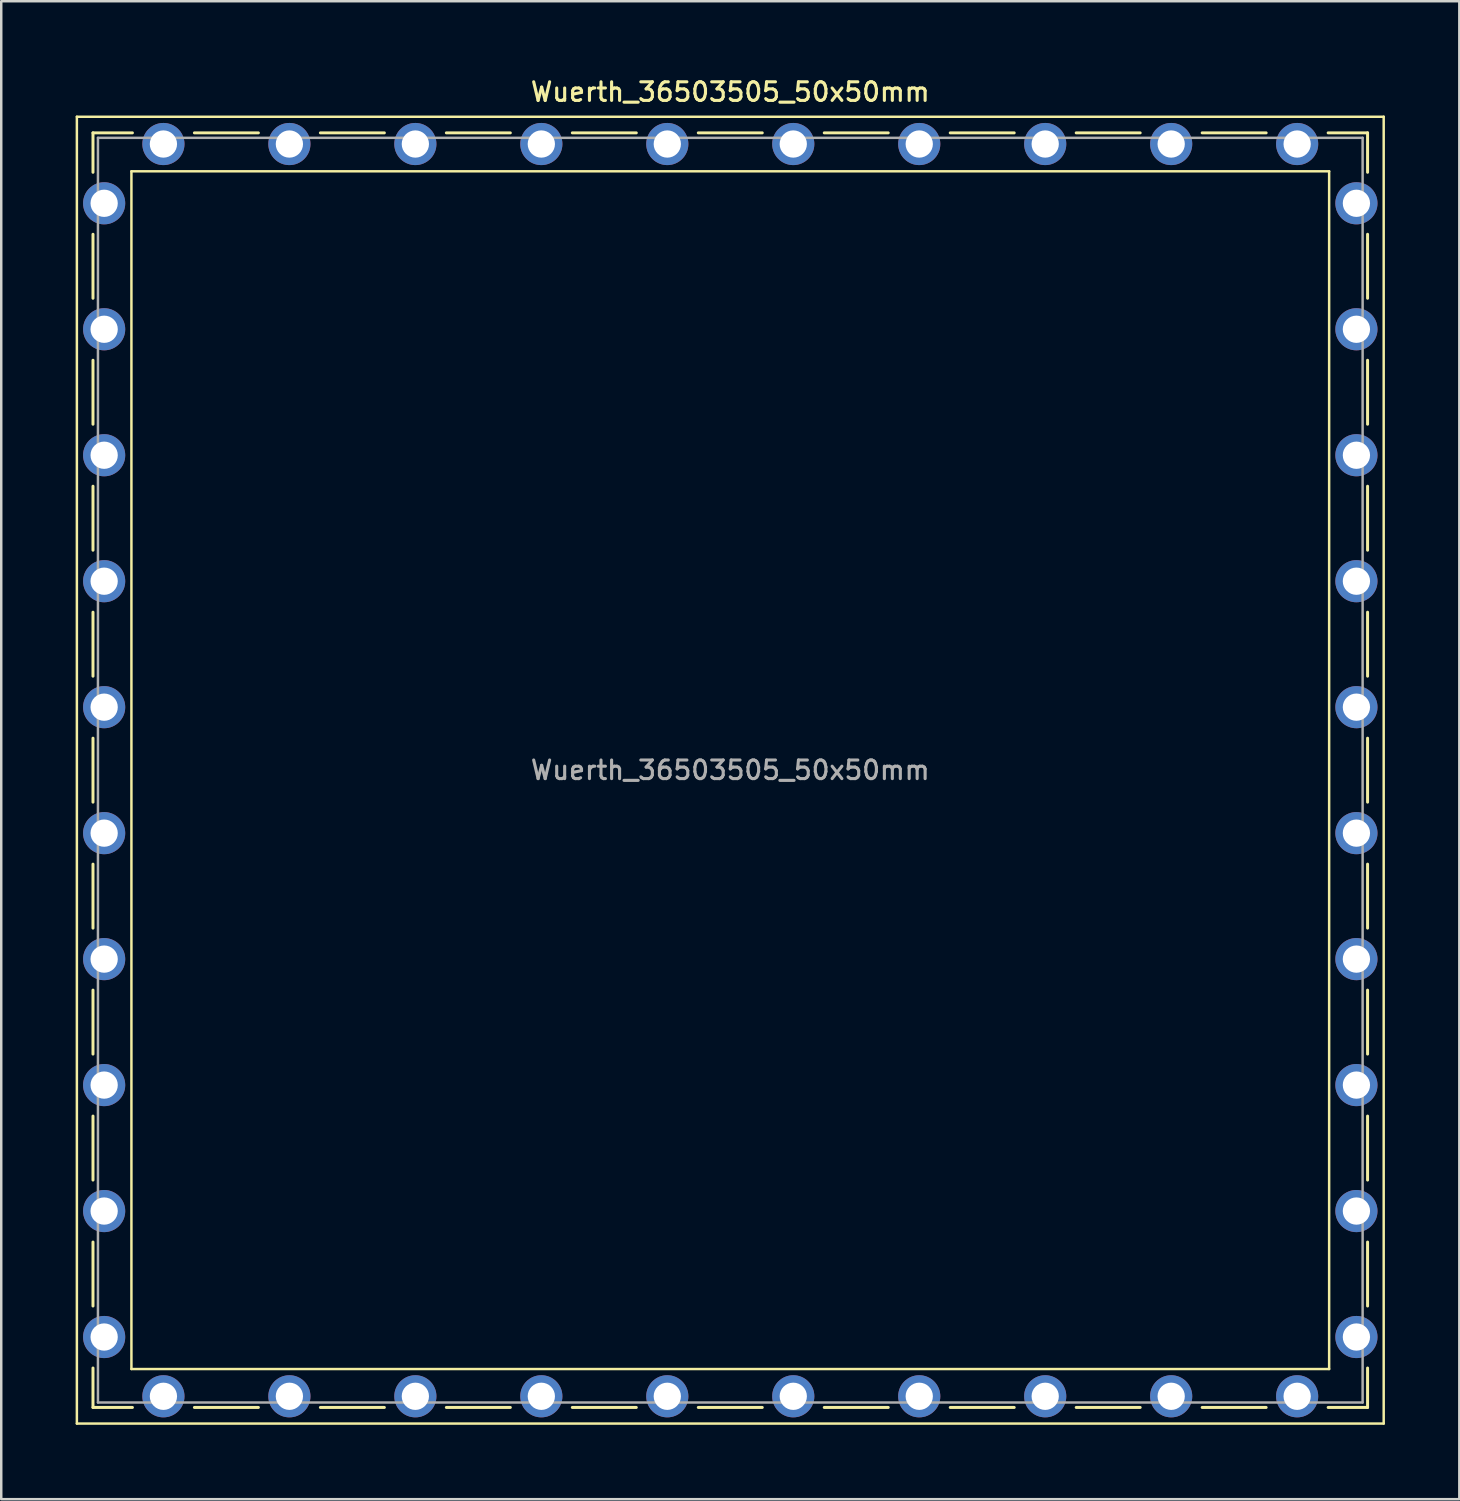
<source format=kicad_pcb>
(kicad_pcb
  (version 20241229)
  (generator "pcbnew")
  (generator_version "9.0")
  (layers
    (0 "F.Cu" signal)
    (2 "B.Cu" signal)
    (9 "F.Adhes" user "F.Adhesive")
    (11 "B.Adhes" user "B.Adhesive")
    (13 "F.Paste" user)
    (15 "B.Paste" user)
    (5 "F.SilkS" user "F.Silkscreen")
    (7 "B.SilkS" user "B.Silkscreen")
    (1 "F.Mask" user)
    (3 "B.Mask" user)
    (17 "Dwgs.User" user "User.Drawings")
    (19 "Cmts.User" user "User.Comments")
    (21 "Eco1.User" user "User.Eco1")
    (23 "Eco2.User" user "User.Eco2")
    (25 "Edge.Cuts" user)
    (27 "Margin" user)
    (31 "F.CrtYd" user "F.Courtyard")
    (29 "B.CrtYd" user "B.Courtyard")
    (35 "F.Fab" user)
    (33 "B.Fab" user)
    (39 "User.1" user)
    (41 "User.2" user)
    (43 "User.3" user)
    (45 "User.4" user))
  (footprint "Wuerth_36503505_50x50mm"
    (layer "F.Cu")
    (at 26.4 28.008)
    (property "Reference" "Wuerth_36503505_50x50mm" (at 0 -27.35 0) (layer "F.SilkS") (effects (font (size 0.75 0.75) (thickness 0.125))))
    (attr through_hole)
    (fp_line (start -26.35 -26.35) (end -26.35 26.35) (stroke (width 0.1) (type solid)) (layer "F.SilkS"))
    (fp_line (start -26.35 26.35) (end 26.35 26.35) (stroke (width 0.1) (type solid)) (layer "F.SilkS"))
    (fp_line (start -25.7 -25.7) (end -24.11 -25.7) (stroke (width 0.12) (type solid)) (layer "F.SilkS"))
    (fp_line (start -25.7 -24.11) (end -25.7 -25.7) (stroke (width 0.12) (type solid)) (layer "F.SilkS"))
    (fp_line (start -25.7 -19.03) (end -25.7 -21.61) (stroke (width 0.12) (type solid)) (layer "F.SilkS"))
    (fp_line (start -25.7 -13.95) (end -25.7 -16.53) (stroke (width 0.12) (type solid)) (layer "F.SilkS"))
    (fp_line (start -25.7 -8.87) (end -25.7 -11.45) (stroke (width 0.12) (type solid)) (layer "F.SilkS"))
    (fp_line (start -25.7 -3.79) (end -25.7 -6.37) (stroke (width 0.12) (type solid)) (layer "F.SilkS"))
    (fp_line (start -25.7 -1.29) (end -25.7 1.29) (stroke (width 0.12) (type solid)) (layer "F.SilkS"))
    (fp_line (start -25.7 3.79) (end -25.7 6.37) (stroke (width 0.12) (type solid)) (layer "F.SilkS"))
    (fp_line (start -25.7 8.87) (end -25.7 11.45) (stroke (width 0.12) (type solid)) (layer "F.SilkS"))
    (fp_line (start -25.7 13.95) (end -25.7 16.53) (stroke (width 0.12) (type solid)) (layer "F.SilkS"))
    (fp_line (start -25.7 19.03) (end -25.7 21.61) (stroke (width 0.12) (type solid)) (layer "F.SilkS"))
    (fp_line (start -25.7 24.11) (end -25.7 25.7) (stroke (width 0.12) (type solid)) (layer "F.SilkS"))
    (fp_line (start -25.7 25.7) (end -24.11 25.7) (stroke (width 0.12) (type solid)) (layer "F.SilkS"))
    (fp_line (start -24.15 -24.15) (end -24.15 24.15) (stroke (width 0.1) (type solid)) (layer "F.SilkS"))
    (fp_line (start -24.15 24.15) (end 24.15 24.15) (stroke (width 0.1) (type solid)) (layer "F.SilkS"))
    (fp_line (start -19.03 -25.7) (end -21.61 -25.7) (stroke (width 0.12) (type solid)) (layer "F.SilkS"))
    (fp_line (start -19.03 25.7) (end -21.61 25.7) (stroke (width 0.12) (type solid)) (layer "F.SilkS"))
    (fp_line (start -13.95 -25.7) (end -16.53 -25.7) (stroke (width 0.12) (type solid)) (layer "F.SilkS"))
    (fp_line (start -13.95 25.7) (end -16.53 25.7) (stroke (width 0.12) (type solid)) (layer "F.SilkS"))
    (fp_line (start -8.87 -25.7) (end -11.45 -25.7) (stroke (width 0.12) (type solid)) (layer "F.SilkS"))
    (fp_line (start -8.87 25.7) (end -11.45 25.7) (stroke (width 0.12) (type solid)) (layer "F.SilkS"))
    (fp_line (start -3.79 -25.7) (end -6.37 -25.7) (stroke (width 0.12) (type solid)) (layer "F.SilkS"))
    (fp_line (start -3.79 25.7) (end -6.37 25.7) (stroke (width 0.12) (type solid)) (layer "F.SilkS"))
    (fp_line (start 1.29 -25.7) (end -1.29 -25.7) (stroke (width 0.12) (type solid)) (layer "F.SilkS"))
    (fp_line (start 1.29 25.7) (end -1.29 25.7) (stroke (width 0.12) (type solid)) (layer "F.SilkS"))
    (fp_line (start 3.79 -25.7) (end 6.37 -25.7) (stroke (width 0.12) (type solid)) (layer "F.SilkS"))
    (fp_line (start 3.79 25.7) (end 6.37 25.7) (stroke (width 0.12) (type solid)) (layer "F.SilkS"))
    (fp_line (start 8.87 -25.7) (end 11.45 -25.7) (stroke (width 0.12) (type solid)) (layer "F.SilkS"))
    (fp_line (start 8.87 25.7) (end 11.45 25.7) (stroke (width 0.12) (type solid)) (layer "F.SilkS"))
    (fp_line (start 13.95 -25.7) (end 16.53 -25.7) (stroke (width 0.12) (type solid)) (layer "F.SilkS"))
    (fp_line (start 13.95 25.7) (end 16.53 25.7) (stroke (width 0.12) (type solid)) (layer "F.SilkS"))
    (fp_line (start 19.03 -25.7) (end 21.61 -25.7) (stroke (width 0.12) (type solid)) (layer "F.SilkS"))
    (fp_line (start 19.03 25.7) (end 21.61 25.7) (stroke (width 0.12) (type solid)) (layer "F.SilkS"))
    (fp_line (start 24.15 -24.15) (end -24.15 -24.15) (stroke (width 0.1) (type solid)) (layer "F.SilkS"))
    (fp_line (start 24.15 24.15) (end 24.15 -24.15) (stroke (width 0.1) (type solid)) (layer "F.SilkS"))
    (fp_line (start 25.7 -25.7) (end 24.11 -25.7) (stroke (width 0.12) (type solid)) (layer "F.SilkS"))
    (fp_line (start 25.7 -24.11) (end 25.7 -25.7) (stroke (width 0.12) (type solid)) (layer "F.SilkS"))
    (fp_line (start 25.7 -19.03) (end 25.7 -21.61) (stroke (width 0.12) (type solid)) (layer "F.SilkS"))
    (fp_line (start 25.7 -13.95) (end 25.7 -16.53) (stroke (width 0.12) (type solid)) (layer "F.SilkS"))
    (fp_line (start 25.7 -8.87) (end 25.7 -11.45) (stroke (width 0.12) (type solid)) (layer "F.SilkS"))
    (fp_line (start 25.7 -3.79) (end 25.7 -6.37) (stroke (width 0.12) (type solid)) (layer "F.SilkS"))
    (fp_line (start 25.7 1.29) (end 25.7 -1.29) (stroke (width 0.12) (type solid)) (layer "F.SilkS"))
    (fp_line (start 25.7 3.79) (end 25.7 6.37) (stroke (width 0.12) (type solid)) (layer "F.SilkS"))
    (fp_line (start 25.7 8.87) (end 25.7 11.45) (stroke (width 0.12) (type solid)) (layer "F.SilkS"))
    (fp_line (start 25.7 13.95) (end 25.7 16.53) (stroke (width 0.12) (type solid)) (layer "F.SilkS"))
    (fp_line (start 25.7 19.03) (end 25.7 21.61) (stroke (width 0.12) (type solid)) (layer "F.SilkS"))
    (fp_line (start 25.7 24.11) (end 25.7 25.7) (stroke (width 0.12) (type solid)) (layer "F.SilkS"))
    (fp_line (start 25.7 25.7) (end 24.11 25.7) (stroke (width 0.12) (type solid)) (layer "F.SilkS"))
    (fp_line (start 26.35 -26.35) (end -26.35 -26.35) (stroke (width 0.1) (type solid)) (layer "F.SilkS"))
    (fp_line (start 26.35 26.35) (end 26.35 -26.35) (stroke (width 0.1) (type solid)) (layer "F.SilkS"))
    (fp_line (start -25.5 -25.5) (end -25.5 25.5) (stroke (width 0.1) (type solid)) (layer "F.Fab"))
    (fp_line (start -25.5 25.5) (end 25.5 25.5) (stroke (width 0.1) (type solid)) (layer "F.Fab"))
    (fp_line (start 25.5 -25.5) (end -25.5 -25.5) (stroke (width 0.1) (type solid)) (layer "F.Fab"))
    (fp_line (start 25.5 25.5) (end 25.5 -25.5) (stroke (width 0.1) (type solid)) (layer "F.Fab"))
    (fp_text user "${REFERENCE}" (at 0 0 0) (layer "F.Fab") (effects (font (size 0.75 0.75) (thickness 0.125))))
    (pad "1" thru_hole circle (at -25.25 -22.86) (size 1.7 1.7) (drill 1.1) (layers "*.Cu" "*.Mask"))
    (pad "1" thru_hole circle (at -25.25 -17.78) (size 1.7 1.7) (drill 1.1) (layers "*.Cu" "*.Mask"))
    (pad "1" thru_hole circle (at -25.25 -12.7) (size 1.7 1.7) (drill 1.1) (layers "*.Cu" "*.Mask"))
    (pad "1" thru_hole circle (at -25.25 -7.62) (size 1.7 1.7) (drill 1.1) (layers "*.Cu" "*.Mask"))
    (pad "1" thru_hole circle (at -25.25 -2.54) (size 1.7 1.7) (drill 1.1) (layers "*.Cu" "*.Mask"))
    (pad "1" thru_hole circle (at -25.25 2.54) (size 1.7 1.7) (drill 1.1) (layers "*.Cu" "*.Mask"))
    (pad "1" thru_hole circle (at -25.25 7.62) (size 1.7 1.7) (drill 1.1) (layers "*.Cu" "*.Mask"))
    (pad "1" thru_hole circle (at -25.25 12.7) (size 1.7 1.7) (drill 1.1) (layers "*.Cu" "*.Mask"))
    (pad "1" thru_hole circle (at -25.25 17.78) (size 1.7 1.7) (drill 1.1) (layers "*.Cu" "*.Mask"))
    (pad "1" thru_hole circle (at -25.25 22.86) (size 1.7 1.7) (drill 1.1) (layers "*.Cu" "*.Mask"))
    (pad "1" thru_hole circle (at -22.86 -25.25) (size 1.7 1.7) (drill 1.1) (layers "*.Cu" "*.Mask"))
    (pad "1" thru_hole circle (at -22.86 25.25) (size 1.7 1.7) (drill 1.1) (layers "*.Cu" "*.Mask"))
    (pad "1" thru_hole circle (at -17.78 -25.25) (size 1.7 1.7) (drill 1.1) (layers "*.Cu" "*.Mask"))
    (pad "1" thru_hole circle (at -17.78 25.25) (size 1.7 1.7) (drill 1.1) (layers "*.Cu" "*.Mask"))
    (pad "1" thru_hole circle (at -12.7 -25.25) (size 1.7 1.7) (drill 1.1) (layers "*.Cu" "*.Mask"))
    (pad "1" thru_hole circle (at -12.7 25.25) (size 1.7 1.7) (drill 1.1) (layers "*.Cu" "*.Mask"))
    (pad "1" thru_hole circle (at -7.62 -25.25) (size 1.7 1.7) (drill 1.1) (layers "*.Cu" "*.Mask"))
    (pad "1" thru_hole circle (at -7.62 25.25) (size 1.7 1.7) (drill 1.1) (layers "*.Cu" "*.Mask"))
    (pad "1" thru_hole circle (at -2.54 -25.25) (size 1.7 1.7) (drill 1.1) (layers "*.Cu" "*.Mask"))
    (pad "1" thru_hole circle (at -2.54 25.25) (size 1.7 1.7) (drill 1.1) (layers "*.Cu" "*.Mask"))
    (pad "1" thru_hole circle (at 2.54 -25.25) (size 1.7 1.7) (drill 1.1) (layers "*.Cu" "*.Mask"))
    (pad "1" thru_hole circle (at 2.54 25.25) (size 1.7 1.7) (drill 1.1) (layers "*.Cu" "*.Mask"))
    (pad "1" thru_hole circle (at 7.62 -25.25) (size 1.7 1.7) (drill 1.1) (layers "*.Cu" "*.Mask"))
    (pad "1" thru_hole circle (at 7.62 25.25) (size 1.7 1.7) (drill 1.1) (layers "*.Cu" "*.Mask"))
    (pad "1" thru_hole circle (at 12.7 -25.25) (size 1.7 1.7) (drill 1.1) (layers "*.Cu" "*.Mask"))
    (pad "1" thru_hole circle (at 12.7 25.25) (size 1.7 1.7) (drill 1.1) (layers "*.Cu" "*.Mask"))
    (pad "1" thru_hole circle (at 17.78 -25.25) (size 1.7 1.7) (drill 1.1) (layers "*.Cu" "*.Mask"))
    (pad "1" thru_hole circle (at 17.78 25.25) (size 1.7 1.7) (drill 1.1) (layers "*.Cu" "*.Mask"))
    (pad "1" thru_hole circle (at 22.86 -25.25) (size 1.7 1.7) (drill 1.1) (layers "*.Cu" "*.Mask"))
    (pad "1" thru_hole circle (at 22.86 25.25) (size 1.7 1.7) (drill 1.1) (layers "*.Cu" "*.Mask"))
    (pad "1" thru_hole circle (at 25.25 -22.86) (size 1.7 1.7) (drill 1.1) (layers "*.Cu" "*.Mask"))
    (pad "1" thru_hole circle (at 25.25 -17.78) (size 1.7 1.7) (drill 1.1) (layers "*.Cu" "*.Mask"))
    (pad "1" thru_hole circle (at 25.25 -12.7) (size 1.7 1.7) (drill 1.1) (layers "*.Cu" "*.Mask"))
    (pad "1" thru_hole circle (at 25.25 -7.62) (size 1.7 1.7) (drill 1.1) (layers "*.Cu" "*.Mask"))
    (pad "1" thru_hole circle (at 25.25 -2.54) (size 1.7 1.7) (drill 1.1) (layers "*.Cu" "*.Mask"))
    (pad "1" thru_hole circle (at 25.25 2.54) (size 1.7 1.7) (drill 1.1) (layers "*.Cu" "*.Mask"))
    (pad "1" thru_hole circle (at 25.25 7.62) (size 1.7 1.7) (drill 1.1) (layers "*.Cu" "*.Mask"))
    (pad "1" thru_hole circle (at 25.25 12.7) (size 1.7 1.7) (drill 1.1) (layers "*.Cu" "*.Mask"))
    (pad "1" thru_hole circle (at 25.25 17.78) (size 1.7 1.7) (drill 1.1) (layers "*.Cu" "*.Mask"))
    (pad "1" thru_hole circle (at 25.25 22.86) (size 1.7 1.7) (drill 1.1) (layers "*.Cu" "*.Mask")))
  (gr_rect
    (start -3 -3)
    (end 55.8 57.408)
    (stroke (width 0.1) (type default))
    (fill no)
    (layer "Edge.Cuts")))
</source>
